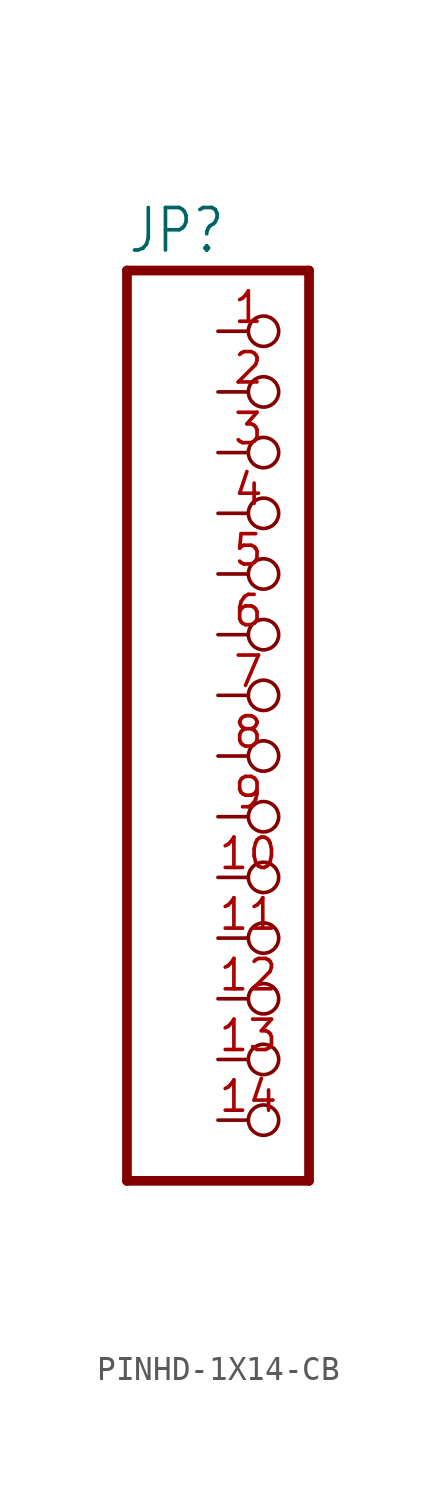
<source format=kicad_sym>
(kicad_symbol_lib
  (version 20231120)
  (generator "kicad_symbol_editor")
  (generator_version "8.0")
  (symbol "PINHD-1X14-CB"
    (property "Reference" "JP"
      (at -6.35 18.415 0)
      (effects (font (size 1.778 1.511)) (justify left bottom)))
    (property "Value" ""
      (at -6.35 -22.86 0)
      (effects (font (size 1.778 1.511)) (justify left bottom)))
    (property "ki_locked" ""
      (at 0 0 0)
      (effects (font (size 1.27 1.27))))
    (symbol "PINHD-1X14-CB_1_0"
      (polyline (pts (xy -6.35 -20.32) (xy 1.27 -20.32)) (stroke (width 0.406) (type solid)) (fill (type none)))
      (polyline (pts (xy -6.35 17.78) (xy -6.35 -20.32)) (stroke (width 0.406) (type solid)) (fill (type none)))
      (polyline (pts (xy 1.27 -20.32) (xy 1.27 17.78)) (stroke (width 0.406) (type solid)) (fill (type none)))
      (polyline (pts (xy 1.27 17.78) (xy -6.35 17.78)) (stroke (width 0.406) (type solid)) (fill (type none)))
      (pin passive inverted (at -2.54 15.24 0) (length 2.54) (name "1" (effects (font (size 0 0)))) (number "1" (effects (font (size 1.27 1.27)))))
      (pin passive inverted (at -2.54 -7.62 0) (length 2.54) (name "10" (effects (font (size 0 0)))) (number "10" (effects (font (size 1.27 1.27)))))
      (pin passive inverted (at -2.54 -10.16 0) (length 2.54) (name "11" (effects (font (size 0 0)))) (number "11" (effects (font (size 1.27 1.27)))))
      (pin passive inverted (at -2.54 -12.7 0) (length 2.54) (name "12" (effects (font (size 0 0)))) (number "12" (effects (font (size 1.27 1.27)))))
      (pin passive inverted (at -2.54 -15.24 0) (length 2.54) (name "13" (effects (font (size 0 0)))) (number "13" (effects (font (size 1.27 1.27)))))
      (pin passive inverted (at -2.54 -17.78 0) (length 2.54) (name "14" (effects (font (size 0 0)))) (number "14" (effects (font (size 1.27 1.27)))))
      (pin passive inverted (at -2.54 12.7 0) (length 2.54) (name "2" (effects (font (size 0 0)))) (number "2" (effects (font (size 1.27 1.27)))))
      (pin passive inverted (at -2.54 10.16 0) (length 2.54) (name "3" (effects (font (size 0 0)))) (number "3" (effects (font (size 1.27 1.27)))))
      (pin passive inverted (at -2.54 7.62 0) (length 2.54) (name "4" (effects (font (size 0 0)))) (number "4" (effects (font (size 1.27 1.27)))))
      (pin passive inverted (at -2.54 5.08 0) (length 2.54) (name "5" (effects (font (size 0 0)))) (number "5" (effects (font (size 1.27 1.27)))))
      (pin passive inverted (at -2.54 2.54 0) (length 2.54) (name "6" (effects (font (size 0 0)))) (number "6" (effects (font (size 1.27 1.27)))))
      (pin passive inverted (at -2.54 0 0) (length 2.54) (name "7" (effects (font (size 0 0)))) (number "7" (effects (font (size 1.27 1.27)))))
      (pin passive inverted (at -2.54 -2.54 0) (length 2.54) (name "8" (effects (font (size 0 0)))) (number "8" (effects (font (size 1.27 1.27)))))
      (pin passive inverted (at -2.54 -5.08 0) (length 2.54) (name "9" (effects (font (size 0 0)))) (number "9" (effects (font (size 1.27 1.27))))))))
</source>
